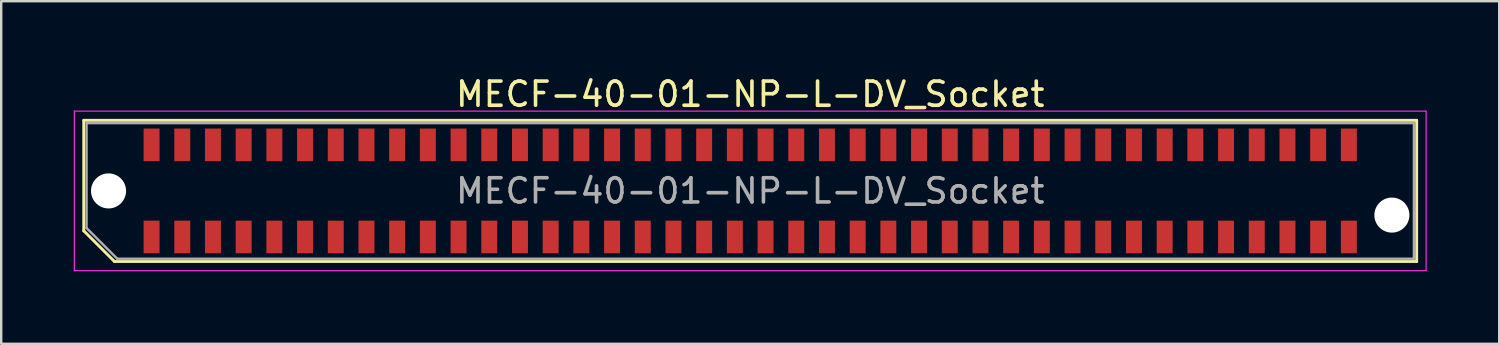
<source format=kicad_pcb>
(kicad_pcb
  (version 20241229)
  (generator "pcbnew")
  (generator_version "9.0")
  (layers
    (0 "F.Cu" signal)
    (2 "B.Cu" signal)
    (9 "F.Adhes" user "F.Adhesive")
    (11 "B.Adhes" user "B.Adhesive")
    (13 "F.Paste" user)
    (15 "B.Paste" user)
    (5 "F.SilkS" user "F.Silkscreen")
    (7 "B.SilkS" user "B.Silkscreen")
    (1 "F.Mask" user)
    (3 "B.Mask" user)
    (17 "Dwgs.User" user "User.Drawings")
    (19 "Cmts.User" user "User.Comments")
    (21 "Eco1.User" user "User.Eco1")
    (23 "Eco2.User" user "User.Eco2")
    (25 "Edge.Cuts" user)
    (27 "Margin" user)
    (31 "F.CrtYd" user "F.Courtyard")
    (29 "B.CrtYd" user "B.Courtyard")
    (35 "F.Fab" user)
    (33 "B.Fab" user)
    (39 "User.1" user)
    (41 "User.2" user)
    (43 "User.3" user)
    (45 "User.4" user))
  (footprint "MECF-40-01-NP-L-DV_Socket"
    (layer "F.Cu")
    (at 27.985 4.848)
    (property "Reference" "MECF-40-01-NP-L-DV_Socket" (at 0 -4 0) (layer "F.SilkS") (effects (font (size 1 1) (thickness 0.15))))
    (attr smd)
    (fp_line (start -27.57 -2.92) (end 27.57 -2.92) (stroke (width 0.12) (type solid)) (layer "F.SilkS"))
    (fp_line (start -27.57 1.65) (end -27.57 -2.92) (stroke (width 0.12) (type solid)) (layer "F.SilkS"))
    (fp_line (start -26.3 2.92) (end -27.57 1.65) (stroke (width 0.12) (type solid)) (layer "F.SilkS"))
    (fp_line (start -26.3 2.92) (end 27.57 2.92) (stroke (width 0.12) (type solid)) (layer "F.SilkS"))
    (fp_line (start 27.57 2.92) (end 27.57 -2.92) (stroke (width 0.12) (type solid)) (layer "F.SilkS"))
    (fp_line (start -27.96 -3.3) (end -27.96 3.3) (stroke (width 0.05) (type solid)) (layer "F.CrtYd"))
    (fp_line (start -27.96 3.3) (end 27.96 3.3) (stroke (width 0.05) (type solid)) (layer "F.CrtYd"))
    (fp_line (start 27.96 -3.3) (end -27.96 -3.3) (stroke (width 0.05) (type solid)) (layer "F.CrtYd"))
    (fp_line (start 27.96 3.3) (end 27.96 -3.3) (stroke (width 0.05) (type solid)) (layer "F.CrtYd"))
    (fp_line (start -27.455 -2.805) (end 27.455 -2.805) (stroke (width 0.1) (type solid)) (layer "F.Fab"))
    (fp_line (start -27.455 1.535) (end -27.455 -2.805) (stroke (width 0.1) (type solid)) (layer "F.Fab"))
    (fp_line (start -27.455 1.535) (end -26.185 2.805) (stroke (width 0.1) (type solid)) (layer "F.Fab"))
    (fp_line (start -26.185 2.805) (end 27.455 2.805) (stroke (width 0.1) (type solid)) (layer "F.Fab"))
    (fp_line (start 27.455 2.805) (end 27.455 -2.805) (stroke (width 0.1) (type solid)) (layer "F.Fab"))
    (fp_text user "${REFERENCE}" (at 0 0 0) (layer "F.Fab") (effects (font (size 1 1) (thickness 0.15))))
    (pad "" np_thru_hole circle (at -26.545 0) (size 1.45 1.45) (drill 1.45) (layers "*.Cu" "*.Mask"))
    (pad "" np_thru_hole circle (at 26.545 1) (size 1.45 1.45) (drill 1.45) (layers "*.Cu" "*.Mask"))
    (pad "1" smd rect (at -24.765 1.905) (size 0.66 1.35) (layers "F.Cu" "F.Mask" "F.Paste"))
    (pad "2" smd rect (at -24.765 -1.905) (size 0.66 1.35) (layers "F.Cu" "F.Mask" "F.Paste"))
    (pad "3" smd rect (at -23.495 1.905) (size 0.66 1.35) (layers "F.Cu" "F.Mask" "F.Paste"))
    (pad "4" smd rect (at -23.495 -1.905) (size 0.66 1.35) (layers "F.Cu" "F.Mask" "F.Paste"))
    (pad "5" smd rect (at -22.225 1.905) (size 0.66 1.35) (layers "F.Cu" "F.Mask" "F.Paste"))
    (pad "6" smd rect (at -22.225 -1.905) (size 0.66 1.35) (layers "F.Cu" "F.Mask" "F.Paste"))
    (pad "7" smd rect (at -20.955 1.905) (size 0.66 1.35) (layers "F.Cu" "F.Mask" "F.Paste"))
    (pad "8" smd rect (at -20.955 -1.905) (size 0.66 1.35) (layers "F.Cu" "F.Mask" "F.Paste"))
    (pad "9" smd rect (at -19.685 1.905) (size 0.66 1.35) (layers "F.Cu" "F.Mask" "F.Paste"))
    (pad "10" smd rect (at -19.685 -1.905) (size 0.66 1.35) (layers "F.Cu" "F.Mask" "F.Paste"))
    (pad "11" smd rect (at -18.415 1.905) (size 0.66 1.35) (layers "F.Cu" "F.Mask" "F.Paste"))
    (pad "12" smd rect (at -18.415 -1.905) (size 0.66 1.35) (layers "F.Cu" "F.Mask" "F.Paste"))
    (pad "13" smd rect (at -17.145 1.905) (size 0.66 1.35) (layers "F.Cu" "F.Mask" "F.Paste"))
    (pad "14" smd rect (at -17.145 -1.905) (size 0.66 1.35) (layers "F.Cu" "F.Mask" "F.Paste"))
    (pad "15" smd rect (at -15.875 1.905) (size 0.66 1.35) (layers "F.Cu" "F.Mask" "F.Paste"))
    (pad "16" smd rect (at -15.875 -1.905) (size 0.66 1.35) (layers "F.Cu" "F.Mask" "F.Paste"))
    (pad "17" smd rect (at -14.605 1.905) (size 0.66 1.35) (layers "F.Cu" "F.Mask" "F.Paste"))
    (pad "18" smd rect (at -14.605 -1.905) (size 0.66 1.35) (layers "F.Cu" "F.Mask" "F.Paste"))
    (pad "19" smd rect (at -13.335 1.905) (size 0.66 1.35) (layers "F.Cu" "F.Mask" "F.Paste"))
    (pad "20" smd rect (at -13.335 -1.905) (size 0.66 1.35) (layers "F.Cu" "F.Mask" "F.Paste"))
    (pad "21" smd rect (at -12.065 1.905) (size 0.66 1.35) (layers "F.Cu" "F.Mask" "F.Paste"))
    (pad "22" smd rect (at -12.065 -1.905) (size 0.66 1.35) (layers "F.Cu" "F.Mask" "F.Paste"))
    (pad "23" smd rect (at -10.795 1.905) (size 0.66 1.35) (layers "F.Cu" "F.Mask" "F.Paste"))
    (pad "24" smd rect (at -10.795 -1.905) (size 0.66 1.35) (layers "F.Cu" "F.Mask" "F.Paste"))
    (pad "25" smd rect (at -9.525 1.905) (size 0.66 1.35) (layers "F.Cu" "F.Mask" "F.Paste"))
    (pad "26" smd rect (at -9.525 -1.905) (size 0.66 1.35) (layers "F.Cu" "F.Mask" "F.Paste"))
    (pad "27" smd rect (at -8.255 1.905) (size 0.66 1.35) (layers "F.Cu" "F.Mask" "F.Paste"))
    (pad "28" smd rect (at -8.255 -1.905) (size 0.66 1.35) (layers "F.Cu" "F.Mask" "F.Paste"))
    (pad "29" smd rect (at -6.985 1.905) (size 0.66 1.35) (layers "F.Cu" "F.Mask" "F.Paste"))
    (pad "30" smd rect (at -6.985 -1.905) (size 0.66 1.35) (layers "F.Cu" "F.Mask" "F.Paste"))
    (pad "31" smd rect (at -5.715 1.905) (size 0.66 1.35) (layers "F.Cu" "F.Mask" "F.Paste"))
    (pad "32" smd rect (at -5.715 -1.905) (size 0.66 1.35) (layers "F.Cu" "F.Mask" "F.Paste"))
    (pad "33" smd rect (at -4.445 1.905) (size 0.66 1.35) (layers "F.Cu" "F.Mask" "F.Paste"))
    (pad "34" smd rect (at -4.445 -1.905) (size 0.66 1.35) (layers "F.Cu" "F.Mask" "F.Paste"))
    (pad "35" smd rect (at -3.175 1.905) (size 0.66 1.35) (layers "F.Cu" "F.Mask" "F.Paste"))
    (pad "36" smd rect (at -3.175 -1.905) (size 0.66 1.35) (layers "F.Cu" "F.Mask" "F.Paste"))
    (pad "37" smd rect (at -1.905 1.905) (size 0.66 1.35) (layers "F.Cu" "F.Mask" "F.Paste"))
    (pad "38" smd rect (at -1.905 -1.905) (size 0.66 1.35) (layers "F.Cu" "F.Mask" "F.Paste"))
    (pad "39" smd rect (at -0.635 1.905) (size 0.66 1.35) (layers "F.Cu" "F.Mask" "F.Paste"))
    (pad "40" smd rect (at -0.635 -1.905) (size 0.66 1.35) (layers "F.Cu" "F.Mask" "F.Paste"))
    (pad "41" smd rect (at 0.635 1.905) (size 0.66 1.35) (layers "F.Cu" "F.Mask" "F.Paste"))
    (pad "42" smd rect (at 0.635 -1.905) (size 0.66 1.35) (layers "F.Cu" "F.Mask" "F.Paste"))
    (pad "43" smd rect (at 1.905 1.905) (size 0.66 1.35) (layers "F.Cu" "F.Mask" "F.Paste"))
    (pad "44" smd rect (at 1.905 -1.905) (size 0.66 1.35) (layers "F.Cu" "F.Mask" "F.Paste"))
    (pad "45" smd rect (at 3.175 1.905) (size 0.66 1.35) (layers "F.Cu" "F.Mask" "F.Paste"))
    (pad "46" smd rect (at 3.175 -1.905) (size 0.66 1.35) (layers "F.Cu" "F.Mask" "F.Paste"))
    (pad "47" smd rect (at 4.445 1.905) (size 0.66 1.35) (layers "F.Cu" "F.Mask" "F.Paste"))
    (pad "48" smd rect (at 4.445 -1.905) (size 0.66 1.35) (layers "F.Cu" "F.Mask" "F.Paste"))
    (pad "49" smd rect (at 5.715 1.905) (size 0.66 1.35) (layers "F.Cu" "F.Mask" "F.Paste"))
    (pad "50" smd rect (at 5.715 -1.905) (size 0.66 1.35) (layers "F.Cu" "F.Mask" "F.Paste"))
    (pad "51" smd rect (at 6.985 1.905) (size 0.66 1.35) (layers "F.Cu" "F.Mask" "F.Paste"))
    (pad "52" smd rect (at 6.985 -1.905) (size 0.66 1.35) (layers "F.Cu" "F.Mask" "F.Paste"))
    (pad "53" smd rect (at 8.255 1.905) (size 0.66 1.35) (layers "F.Cu" "F.Mask" "F.Paste"))
    (pad "54" smd rect (at 8.255 -1.905) (size 0.66 1.35) (layers "F.Cu" "F.Mask" "F.Paste"))
    (pad "55" smd rect (at 9.525 1.905) (size 0.66 1.35) (layers "F.Cu" "F.Mask" "F.Paste"))
    (pad "56" smd rect (at 9.525 -1.905) (size 0.66 1.35) (layers "F.Cu" "F.Mask" "F.Paste"))
    (pad "57" smd rect (at 10.795 1.905) (size 0.66 1.35) (layers "F.Cu" "F.Mask" "F.Paste"))
    (pad "58" smd rect (at 10.795 -1.905) (size 0.66 1.35) (layers "F.Cu" "F.Mask" "F.Paste"))
    (pad "59" smd rect (at 12.065 1.905) (size 0.66 1.35) (layers "F.Cu" "F.Mask" "F.Paste"))
    (pad "60" smd rect (at 12.065 -1.905) (size 0.66 1.35) (layers "F.Cu" "F.Mask" "F.Paste"))
    (pad "61" smd rect (at 13.335 1.905) (size 0.66 1.35) (layers "F.Cu" "F.Mask" "F.Paste"))
    (pad "62" smd rect (at 13.335 -1.905) (size 0.66 1.35) (layers "F.Cu" "F.Mask" "F.Paste"))
    (pad "63" smd rect (at 14.605 1.905) (size 0.66 1.35) (layers "F.Cu" "F.Mask" "F.Paste"))
    (pad "64" smd rect (at 14.605 -1.905) (size 0.66 1.35) (layers "F.Cu" "F.Mask" "F.Paste"))
    (pad "65" smd rect (at 15.875 1.905) (size 0.66 1.35) (layers "F.Cu" "F.Mask" "F.Paste"))
    (pad "66" smd rect (at 15.875 -1.905) (size 0.66 1.35) (layers "F.Cu" "F.Mask" "F.Paste"))
    (pad "67" smd rect (at 17.145 1.905) (size 0.66 1.35) (layers "F.Cu" "F.Mask" "F.Paste"))
    (pad "68" smd rect (at 17.145 -1.905) (size 0.66 1.35) (layers "F.Cu" "F.Mask" "F.Paste"))
    (pad "69" smd rect (at 18.415 1.905) (size 0.66 1.35) (layers "F.Cu" "F.Mask" "F.Paste"))
    (pad "70" smd rect (at 18.415 -1.905) (size 0.66 1.35) (layers "F.Cu" "F.Mask" "F.Paste"))
    (pad "71" smd rect (at 19.685 1.905) (size 0.66 1.35) (layers "F.Cu" "F.Mask" "F.Paste"))
    (pad "72" smd rect (at 19.685 -1.905) (size 0.66 1.35) (layers "F.Cu" "F.Mask" "F.Paste"))
    (pad "73" smd rect (at 20.955 1.905) (size 0.66 1.35) (layers "F.Cu" "F.Mask" "F.Paste"))
    (pad "74" smd rect (at 20.955 -1.905) (size 0.66 1.35) (layers "F.Cu" "F.Mask" "F.Paste"))
    (pad "75" smd rect (at 22.225 1.905) (size 0.66 1.35) (layers "F.Cu" "F.Mask" "F.Paste"))
    (pad "76" smd rect (at 22.225 -1.905) (size 0.66 1.35) (layers "F.Cu" "F.Mask" "F.Paste"))
    (pad "77" smd rect (at 23.495 1.905) (size 0.66 1.35) (layers "F.Cu" "F.Mask" "F.Paste"))
    (pad "78" smd rect (at 23.495 -1.905) (size 0.66 1.35) (layers "F.Cu" "F.Mask" "F.Paste"))
    (pad "79" smd rect (at 24.765 1.905) (size 0.66 1.35) (layers "F.Cu" "F.Mask" "F.Paste"))
    (pad "80" smd rect (at 24.765 -1.905) (size 0.66 1.35) (layers "F.Cu" "F.Mask" "F.Paste")))
  (gr_rect
    (start -3 -3)
    (end 58.97 11.173)
    (stroke (width 0.1) (type default))
    (fill no)
    (layer "Edge.Cuts")))
</source>
